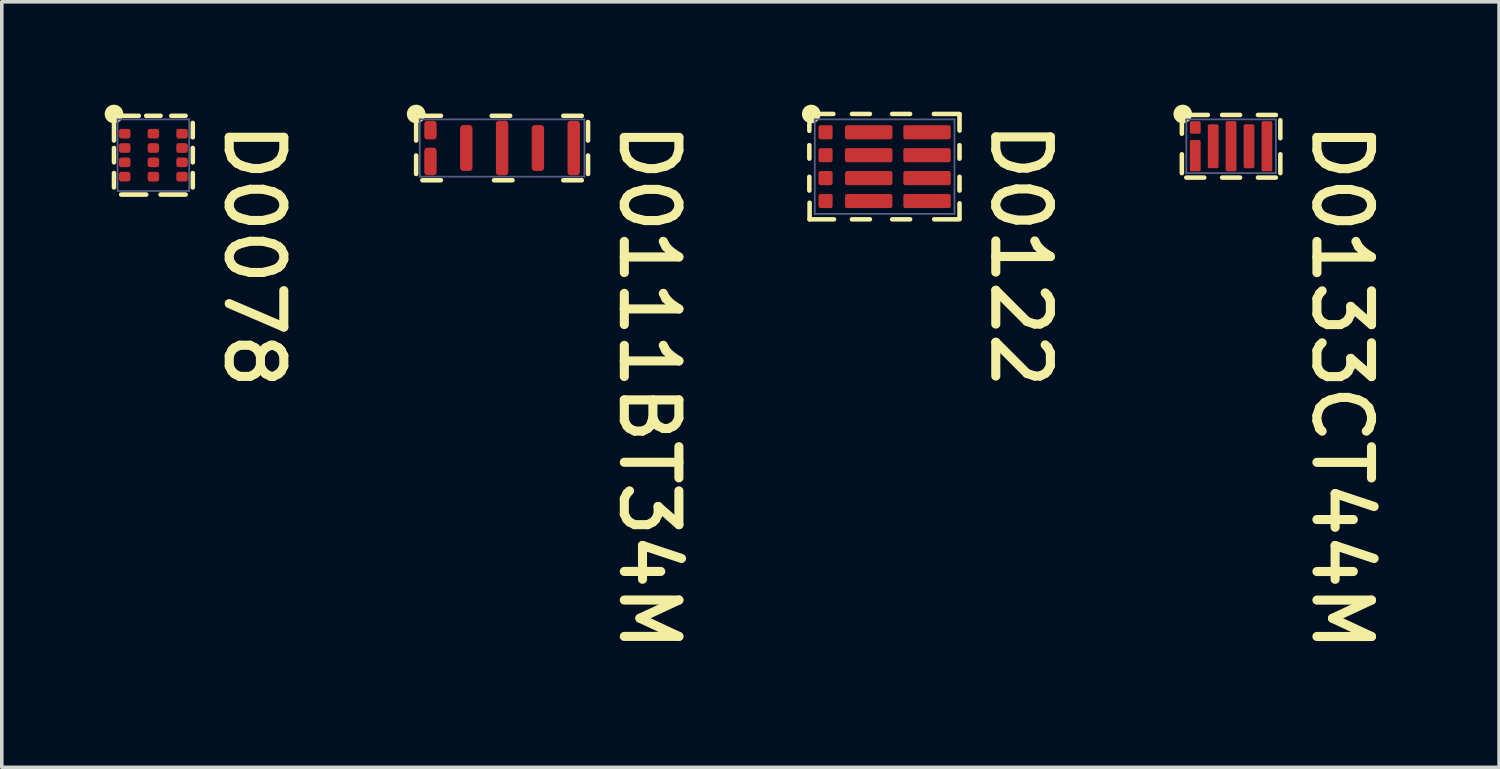
<source format=kicad_pcb>
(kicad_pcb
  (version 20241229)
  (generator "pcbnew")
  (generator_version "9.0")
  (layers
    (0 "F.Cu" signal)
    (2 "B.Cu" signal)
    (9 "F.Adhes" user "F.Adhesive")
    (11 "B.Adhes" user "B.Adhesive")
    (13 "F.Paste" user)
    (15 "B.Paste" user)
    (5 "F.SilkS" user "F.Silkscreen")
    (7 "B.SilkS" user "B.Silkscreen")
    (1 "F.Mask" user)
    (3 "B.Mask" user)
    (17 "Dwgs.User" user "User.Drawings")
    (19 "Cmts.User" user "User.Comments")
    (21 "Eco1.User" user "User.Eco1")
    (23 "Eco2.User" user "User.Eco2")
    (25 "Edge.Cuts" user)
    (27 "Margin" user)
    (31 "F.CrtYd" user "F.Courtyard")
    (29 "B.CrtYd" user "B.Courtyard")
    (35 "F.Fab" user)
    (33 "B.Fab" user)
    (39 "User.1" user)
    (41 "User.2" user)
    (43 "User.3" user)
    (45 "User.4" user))
  (footprint "D0111BT34M"
    (layer "F.Cu")
    (at 10.97 1.083)
    (property "Reference" "D0111BT34M" (at 3.213 -0.826 270) (unlocked yes) (layer "F.SilkS") (effects (font (size 1.524 1.524) (thickness 0.254)) (justify left bottom)))
    (attr smd)
    (fp_poly (pts (xy -1.931 -0.344) (xy -1.931 -0.656) (xy -2.069 -0.656) (xy -2.069 -0.344)) (stroke (width 0.138) (type solid)) (fill yes) (layer "F.Mask"))
    (fp_poly (pts (xy -1.931 0.656) (xy -1.931 0.094) (xy -2.069 0.094) (xy -2.069 0.656)) (stroke (width 0.138) (type solid)) (fill yes) (layer "F.Mask"))
    (fp_poly (pts (xy -0.931 0.536) (xy -0.931 -0.536) (xy -1.069 -0.536) (xy -1.069 0.536)) (stroke (width 0.138) (type solid)) (fill yes) (layer "F.Mask"))
    (fp_poly (pts (xy 0.069 0.656) (xy 0.069 -0.656) (xy -0.069 -0.656) (xy -0.069 0.656)) (stroke (width 0.138) (type solid)) (fill yes) (layer "F.Mask"))
    (fp_poly (pts (xy 1.069 0.536) (xy 1.069 -0.536) (xy 0.931 -0.536) (xy 0.931 0.536)) (stroke (width 0.138) (type solid)) (fill yes) (layer "F.Mask"))
    (fp_poly (pts (xy 2.069 0.656) (xy 2.069 -0.656) (xy 1.931 -0.656) (xy 1.931 0.656)) (stroke (width 0.138) (type solid)) (fill yes) (layer "F.Mask"))
    (fp_line (start -2.4 -0.675) (end -2.4 -0.21) (stroke (width 0.127) (type solid)) (layer "F.SilkS"))
    (fp_line (start -2.4 0.21) (end -2.4 0.725) (stroke (width 0.127) (type solid)) (layer "F.SilkS"))
    (fp_line (start -2.225 0.9) (end -1.71 0.9) (stroke (width 0.127) (type solid)) (layer "F.SilkS"))
    (fp_line (start -2.149 -0.9) (end -1.708 -0.9) (stroke (width 0.127) (type solid)) (layer "F.SilkS"))
    (fp_line (start -0.29 -0.9) (end 0.225 -0.9) (stroke (width 0.127) (type solid)) (layer "F.SilkS"))
    (fp_line (start -0.225 0.9) (end 0.29 0.9) (stroke (width 0.127) (type solid)) (layer "F.SilkS"))
    (fp_line (start 1.71 -0.9) (end 2.225 -0.9) (stroke (width 0.127) (type solid)) (layer "F.SilkS"))
    (fp_line (start 1.71 0.9) (end 2.225 0.9) (stroke (width 0.127) (type solid)) (layer "F.SilkS"))
    (fp_line (start 2.4 -0.725) (end 2.4 -0.21) (stroke (width 0.127) (type solid)) (layer "F.SilkS"))
    (fp_line (start 2.4 0.21) (end 2.4 0.725) (stroke (width 0.127) (type solid)) (layer "F.SilkS"))
    (fp_circle (center -2.4 -0.95) (end -2.394 -0.95) (stroke (width 0.254) (type solid)) (fill no) (layer "F.SilkS"))
    (fp_poly (pts (xy -1.931 -0.344) (xy -1.931 -0.656) (xy -2.069 -0.656) (xy -2.069 -0.344)) (stroke (width 0.138) (type solid)) (fill yes) (layer "F.Paste"))
    (fp_poly (pts (xy -1.931 0.656) (xy -1.931 0.094) (xy -2.069 0.094) (xy -2.069 0.656)) (stroke (width 0.138) (type solid)) (fill yes) (layer "F.Paste"))
    (fp_poly (pts (xy -0.931 0.536) (xy -0.931 -0.536) (xy -1.069 -0.536) (xy -1.069 0.536)) (stroke (width 0.138) (type solid)) (fill yes) (layer "F.Paste"))
    (fp_poly (pts (xy 0.069 0.656) (xy 0.069 -0.656) (xy -0.069 -0.656) (xy -0.069 0.656)) (stroke (width 0.138) (type solid)) (fill yes) (layer "F.Paste"))
    (fp_poly (pts (xy 1.069 0.536) (xy 1.069 -0.536) (xy 0.931 -0.536) (xy 0.931 0.536)) (stroke (width 0.138) (type solid)) (fill yes) (layer "F.Paste"))
    (fp_poly (pts (xy 2.069 0.656) (xy 2.069 -0.656) (xy 1.931 -0.656) (xy 1.931 0.656)) (stroke (width 0.138) (type solid)) (fill yes) (layer "F.Paste"))
    (fp_line (start -2.3 -0.8) (end -2.3 0.8) (stroke (width 0.05) (type solid)) (layer "B.Fab"))
    (fp_line (start -2.3 -0.8) (end 2.3 -0.8) (stroke (width 0.05) (type solid)) (layer "B.Fab"))
    (fp_line (start -2.3 0.8) (end 2.3 0.8) (stroke (width 0.05) (type solid)) (layer "B.Fab"))
    (fp_line (start 2.3 -0.8) (end 2.3 0.8) (stroke (width 0.05) (type solid)) (layer "B.Fab"))
    (pad "1" smd roundrect (at -2 -0.5) (size 0.346 0.521) (layers "F.Cu" "F.Mask" "F.Paste") (roundrect_rratio 0.25))
    (pad "2" smd roundrect (at -2 0.375) (size 0.346 0.771) (layers "F.Cu" "F.Mask" "F.Paste") (roundrect_rratio 0.25))
    (pad "3" smd roundrect (at -1 0) (size 0.346 1.281) (layers "F.Cu" "F.Mask" "F.Paste") (roundrect_rratio 0.25))
    (pad "4" smd roundrect (at 0 0) (size 0.346 1.521) (layers "F.Cu" "F.Mask" "F.Paste") (roundrect_rratio 0.25))
    (pad "5" smd roundrect (at 1 0) (size 0.346 1.281) (layers "F.Cu" "F.Mask" "F.Paste") (roundrect_rratio 0.25))
    (pad "6" smd roundrect (at 2 0) (size 0.346 1.521) (layers "F.Cu" "F.Mask" "F.Paste") (roundrect_rratio 0.25)))
  (footprint "D0133CT44M"
    (layer "F.Cu")
    (at 31.326 1.034)
    (property "Reference" "D0133CT44M" (at 2.197 -0.775 270) (unlocked yes) (layer "F.SilkS") (effects (font (size 1.524 1.524) (thickness 0.254)) (justify left bottom)))
    (attr smd)
    (fp_poly (pts (xy -0.943 -0.443) (xy -0.943 -0.608) (xy -1.058 -0.608) (xy -1.058 -0.443)) (stroke (width 0.115) (type solid)) (fill yes) (layer "F.Mask"))
    (fp_poly (pts (xy -0.943 0.607) (xy -0.943 -0.083) (xy -1.058 -0.083) (xy -1.058 0.607)) (stroke (width 0.115) (type solid)) (fill yes) (layer "F.Mask"))
    (fp_poly (pts (xy -0.443 0.52) (xy -0.443 -0.52) (xy -0.558 -0.52) (xy -0.558 0.52)) (stroke (width 0.115) (type solid)) (fill yes) (layer "F.Mask"))
    (fp_poly (pts (xy 0.057 0.607) (xy 0.057 -0.608) (xy -0.058 -0.608) (xy -0.058 0.607)) (stroke (width 0.115) (type solid)) (fill yes) (layer "F.Mask"))
    (fp_poly (pts (xy 0.557 0.52) (xy 0.557 -0.52) (xy 0.442 -0.52) (xy 0.442 0.52)) (stroke (width 0.115) (type solid)) (fill yes) (layer "F.Mask"))
    (fp_poly (pts (xy 1.057 0.607) (xy 1.057 -0.608) (xy 0.942 -0.608) (xy 0.942 0.607)) (stroke (width 0.115) (type solid)) (fill yes) (layer "F.Mask"))
    (fp_line (start -1.375 -0.649) (end -1.375 -0.35) (stroke (width 0.127) (type solid)) (layer "F.SilkS"))
    (fp_line (start -1.375 0.225) (end -1.375 0.75) (stroke (width 0.127) (type solid)) (layer "F.SilkS"))
    (fp_line (start -1.25 0.875) (end -0.75 0.875) (stroke (width 0.127) (type solid)) (layer "F.SilkS"))
    (fp_line (start -1.09 -0.875) (end -0.65 -0.875) (stroke (width 0.127) (type solid)) (layer "F.SilkS"))
    (fp_line (start -0.25 -0.875) (end 0.25 -0.875) (stroke (width 0.127) (type solid)) (layer "F.SilkS"))
    (fp_line (start -0.25 0.875) (end 0.25 0.875) (stroke (width 0.127) (type solid)) (layer "F.SilkS"))
    (fp_line (start 0.75 -0.875) (end 1.25 -0.875) (stroke (width 0.127) (type solid)) (layer "F.SilkS"))
    (fp_line (start 0.75 0.875) (end 1.25 0.875) (stroke (width 0.127) (type solid)) (layer "F.SilkS"))
    (fp_line (start 1.375 -0.725) (end 1.375 -0.225) (stroke (width 0.127) (type solid)) (layer "F.SilkS"))
    (fp_line (start 1.375 0.225) (end 1.375 0.75) (stroke (width 0.127) (type solid)) (layer "F.SilkS"))
    (fp_circle (center -1.35 -0.901) (end -1.344 -0.901) (stroke (width 0.254) (type solid)) (fill no) (layer "F.SilkS"))
    (fp_poly (pts (xy -0.943 -0.443) (xy -0.943 -0.608) (xy -1.058 -0.608) (xy -1.058 -0.443)) (stroke (width 0.115) (type solid)) (fill yes) (layer "F.Paste"))
    (fp_poly (pts (xy -0.943 0.606) (xy -0.943 -0.084) (xy -1.058 -0.084) (xy -1.058 0.606)) (stroke (width 0.115) (type solid)) (fill yes) (layer "F.Paste"))
    (fp_poly (pts (xy -0.448 0.524) (xy -0.448 -0.526) (xy -0.553 -0.526) (xy -0.553 0.524)) (stroke (width 0.105) (type solid)) (fill yes) (layer "F.Paste"))
    (fp_poly (pts (xy 0.052 0.612) (xy 0.052 -0.613) (xy -0.053 -0.613) (xy -0.053 0.612)) (stroke (width 0.105) (type solid)) (fill yes) (layer "F.Paste"))
    (fp_poly (pts (xy 0.552 0.524) (xy 0.552 -0.526) (xy 0.447 -0.526) (xy 0.447 0.524)) (stroke (width 0.105) (type solid)) (fill yes) (layer "F.Paste"))
    (fp_poly (pts (xy 1.052 0.612) (xy 1.052 -0.613) (xy 0.947 -0.613) (xy 0.947 0.612)) (stroke (width 0.105) (type solid)) (fill yes) (layer "F.Paste"))
    (fp_line (start -1.25 -0.75) (end -1.25 0.75) (stroke (width 0.05) (type solid)) (layer "B.Fab"))
    (fp_line (start -1.25 -0.75) (end 1.25 -0.75) (stroke (width 0.05) (type solid)) (layer "B.Fab"))
    (fp_line (start -1.25 0.75) (end 1.25 0.75) (stroke (width 0.05) (type solid)) (layer "B.Fab"))
    (fp_line (start 1.25 -0.75) (end 1.25 0.75) (stroke (width 0.05) (type solid)) (layer "B.Fab"))
    (pad "1" smd roundrect (at -1 -0.525) (size 0.301 0.351) (layers "F.Cu" "F.Mask" "F.Paste") (roundrect_rratio 0.15))
    (pad "2" smd roundrect (at -1 0.262) (size 0.301 0.876) (layers "F.Cu" "F.Mask" "F.Paste") (roundrect_rratio 0.15))
    (pad "3" smd roundrect (at -0.5 -0.00041) (size 0.301 1.226) (layers "F.Cu" "F.Mask" "F.Paste") (roundrect_rratio 0.15))
    (pad "4" smd roundrect (at -0.0004 -0.00041) (size 0.301 1.401) (layers "F.Cu" "F.Mask" "F.Paste") (roundrect_rratio 0.15))
    (pad "5" smd roundrect (at 0.5 -0.00041) (size 0.301 1.226) (layers "F.Cu" "F.Mask" "F.Paste") (roundrect_rratio 0.15))
    (pad "6" smd roundrect (at 1 -0.00041) (size 0.301 1.401) (layers "F.Cu" "F.Mask" "F.Paste") (roundrect_rratio 0.15)))
  (footprint "D0122"
    (layer "F.Cu")
    (at 21.419 1.603)
    (property "Reference" "D0122" (at 3.137 -1.359 270) (unlocked yes) (layer "F.SilkS") (effects (font (size 1.524 1.524) (thickness 0.254)) (justify left bottom)))
    (attr smd)
    (fp_poly (pts (xy -1.312 -0.855) (xy -1.312 -1.065) (xy -1.522 -1.065) (xy -1.522 -0.855)) (stroke (width 0.09) (type solid)) (fill yes) (layer "F.Mask"))
    (fp_poly (pts (xy -1.312 -0.215) (xy -1.312 -0.425) (xy -1.522 -0.425) (xy -1.522 -0.215)) (stroke (width 0.09) (type solid)) (fill yes) (layer "F.Mask"))
    (fp_poly (pts (xy -1.312 0.425) (xy -1.312 0.215) (xy -1.522 0.215) (xy -1.522 0.425)) (stroke (width 0.09) (type solid)) (fill yes) (layer "F.Mask"))
    (fp_poly (pts (xy -1.312 1.065) (xy -1.312 0.855) (xy -1.522 0.855) (xy -1.522 1.065)) (stroke (width 0.09) (type solid)) (fill yes) (layer "F.Mask"))
    (fp_poly (pts (xy 0.357 -0.855) (xy 0.357 -1.065) (xy -0.782 -1.065) (xy -0.782 -0.855)) (stroke (width 0.09) (type solid)) (fill yes) (layer "F.Mask"))
    (fp_poly (pts (xy 0.357 -0.215) (xy 0.357 -0.425) (xy -0.782 -0.425) (xy -0.782 -0.215)) (stroke (width 0.09) (type solid)) (fill yes) (layer "F.Mask"))
    (fp_poly (pts (xy 0.357 0.425) (xy 0.357 0.215) (xy -0.782 0.215) (xy -0.782 0.425)) (stroke (width 0.09) (type solid)) (fill yes) (layer "F.Mask"))
    (fp_poly (pts (xy 0.357 1.065) (xy 0.357 0.855) (xy -0.782 0.855) (xy -0.782 1.065)) (stroke (width 0.09) (type solid)) (fill yes) (layer "F.Mask"))
    (fp_poly (pts (xy 1.988 -0.855) (xy 1.988 -1.065) (xy 0.848 -1.065) (xy 0.848 -0.855)) (stroke (width 0.09) (type solid)) (fill yes) (layer "F.Mask"))
    (fp_poly (pts (xy 1.988 -0.215) (xy 1.988 -0.425) (xy 0.848 -0.425) (xy 0.848 -0.215)) (stroke (width 0.09) (type solid)) (fill yes) (layer "F.Mask"))
    (fp_poly (pts (xy 1.988 0.425) (xy 1.988 0.215) (xy 0.848 0.215) (xy 0.848 0.425)) (stroke (width 0.09) (type solid)) (fill yes) (layer "F.Mask"))
    (fp_poly (pts (xy 1.988 1.065) (xy 1.988 0.855) (xy 0.848 0.855) (xy 0.848 1.065)) (stroke (width 0.09) (type solid)) (fill yes) (layer "F.Mask"))
    (fp_line (start -1.87 -0.599) (end -1.87 -0.224) (stroke (width 0.127) (type solid)) (layer "F.SilkS"))
    (fp_line (start -1.87 -1.195) (end -1.87 -1) (stroke (width 0.127) (type solid)) (layer "F.SilkS"))
    (fp_line (start -1.87 0.284) (end -1.87 0.668) (stroke (width 0.127) (type solid)) (layer "F.SilkS"))
    (fp_line (start -1.863 1.008) (end -1.863 1.471) (stroke (width 0.127) (type solid)) (layer "F.SilkS"))
    (fp_line (start -1.863 1.471) (end -1.181 1.471) (stroke (width 0.127) (type solid)) (layer "F.SilkS"))
    (fp_line (start -1.566 -1.471) (end -1.2 -1.471) (stroke (width 0.127) (type solid)) (layer "F.SilkS"))
    (fp_line (start -0.679 -1.471) (end -0.179 -1.471) (stroke (width 0.127) (type solid)) (layer "F.SilkS"))
    (fp_line (start -0.679 1.471) (end -0.179 1.471) (stroke (width 0.127) (type solid)) (layer "F.SilkS"))
    (fp_line (start 0.443 -1.471) (end 0.943 -1.471) (stroke (width 0.127) (type solid)) (layer "F.SilkS"))
    (fp_line (start 0.444 1.471) (end 0.944 1.471) (stroke (width 0.127) (type solid)) (layer "F.SilkS"))
    (fp_line (start 1.608 -1.471) (end 2.324 -1.471) (stroke (width 0.127) (type solid)) (layer "F.SilkS"))
    (fp_line (start 1.618 1.471) (end 2.324 1.471) (stroke (width 0.127) (type solid)) (layer "F.SilkS"))
    (fp_line (start 2.324 -1.451) (end 2.324 -1.008) (stroke (width 0.127) (type solid)) (layer "F.SilkS"))
    (fp_line (start 2.324 -0.598) (end 2.324 -0.223) (stroke (width 0.127) (type solid)) (layer "F.SilkS"))
    (fp_line (start 2.324 0.284) (end 2.324 0.668) (stroke (width 0.127) (type solid)) (layer "F.SilkS"))
    (fp_line (start 2.324 1.026) (end 2.324 1.451) (stroke (width 0.127) (type solid)) (layer "F.SilkS"))
    (fp_circle (center -1.817 -1.47) (end -1.811 -1.47) (stroke (width 0.254) (type solid)) (fill no) (layer "F.SilkS"))
    (fp_poly (pts (xy -1.312 -0.855) (xy -1.312 -1.065) (xy -1.522 -1.065) (xy -1.522 -0.855)) (stroke (width 0.09) (type solid)) (fill yes) (layer "F.Paste"))
    (fp_poly (pts (xy -1.312 -0.215) (xy -1.312 -0.425) (xy -1.522 -0.425) (xy -1.522 -0.215)) (stroke (width 0.09) (type solid)) (fill yes) (layer "F.Paste"))
    (fp_poly (pts (xy -1.312 0.425) (xy -1.312 0.215) (xy -1.522 0.215) (xy -1.522 0.425)) (stroke (width 0.09) (type solid)) (fill yes) (layer "F.Paste"))
    (fp_poly (pts (xy -1.312 1.065) (xy -1.312 0.855) (xy -1.522 0.855) (xy -1.522 1.065)) (stroke (width 0.09) (type solid)) (fill yes) (layer "F.Paste"))
    (fp_poly (pts (xy 0.357 -0.855) (xy 0.357 -1.065) (xy -0.782 -1.065) (xy -0.782 -0.855)) (stroke (width 0.09) (type solid)) (fill yes) (layer "F.Paste"))
    (fp_poly (pts (xy 0.357 -0.215) (xy 0.357 -0.425) (xy -0.782 -0.425) (xy -0.782 -0.215)) (stroke (width 0.09) (type solid)) (fill yes) (layer "F.Paste"))
    (fp_poly (pts (xy 0.357 0.425) (xy 0.357 0.215) (xy -0.782 0.215) (xy -0.782 0.425)) (stroke (width 0.09) (type solid)) (fill yes) (layer "F.Paste"))
    (fp_poly (pts (xy 0.357 1.065) (xy 0.357 0.855) (xy -0.782 0.855) (xy -0.782 1.065)) (stroke (width 0.09) (type solid)) (fill yes) (layer "F.Paste"))
    (fp_poly (pts (xy 1.988 -0.855) (xy 1.988 -1.065) (xy 0.848 -1.065) (xy 0.848 -0.855)) (stroke (width 0.09) (type solid)) (fill yes) (layer "F.Paste"))
    (fp_poly (pts (xy 1.988 -0.215) (xy 1.988 -0.425) (xy 0.848 -0.425) (xy 0.848 -0.215)) (stroke (width 0.09) (type solid)) (fill yes) (layer "F.Paste"))
    (fp_poly (pts (xy 1.988 0.425) (xy 1.988 0.215) (xy 0.848 0.215) (xy 0.848 0.425)) (stroke (width 0.09) (type solid)) (fill yes) (layer "F.Paste"))
    (fp_poly (pts (xy 1.988 1.065) (xy 1.988 0.855) (xy 0.848 0.855) (xy 0.848 1.065)) (stroke (width 0.09) (type solid)) (fill yes) (layer "F.Paste"))
    (fp_line (start -1.718 -1.32) (end -1.718 1.32) (stroke (width 0.05) (type solid)) (layer "B.Fab"))
    (fp_line (start -1.718 -1.32) (end 2.183 -1.32) (stroke (width 0.05) (type solid)) (layer "B.Fab"))
    (fp_line (start -1.718 1.32) (end 2.183 1.32) (stroke (width 0.05) (type solid)) (layer "B.Fab"))
    (fp_line (start 2.183 -1.32) (end 2.183 1.32) (stroke (width 0.05) (type solid)) (layer "B.Fab"))
    (pad "1" smd roundrect (at -1.417 -0.96) (size 0.395 0.395) (layers "F.Cu" "F.Mask" "F.Paste") (roundrect_rratio 0.15))
    (pad "2" smd roundrect (at -1.417 -0.32) (size 0.395 0.395) (layers "F.Cu" "F.Mask" "F.Paste") (roundrect_rratio 0.15))
    (pad "3" smd roundrect (at -1.417 0.32) (size 0.395 0.395) (layers "F.Cu" "F.Mask" "F.Paste") (roundrect_rratio 0.15))
    (pad "4" smd roundrect (at -1.417 0.96) (size 0.395 0.395) (layers "F.Cu" "F.Mask" "F.Paste") (roundrect_rratio 0.15))
    (pad "5" smd roundrect (at -0.212 -0.96 180) (size 1.325 0.395) (layers "F.Cu" "F.Mask" "F.Paste") (roundrect_rratio 0.15))
    (pad "6" smd roundrect (at -0.212 -0.32 180) (size 1.325 0.395) (layers "F.Cu" "F.Mask" "F.Paste") (roundrect_rratio 0.15))
    (pad "7" smd roundrect (at -0.212 0.32 180) (size 1.325 0.395) (layers "F.Cu" "F.Mask" "F.Paste") (roundrect_rratio 0.15))
    (pad "8" smd roundrect (at -0.212 0.96 180) (size 1.325 0.395) (layers "F.Cu" "F.Mask" "F.Paste") (roundrect_rratio 0.15))
    (pad "9" smd roundrect (at 1.417 -0.96 180) (size 1.325 0.395) (layers "F.Cu" "F.Mask" "F.Paste") (roundrect_rratio 0.15))
    (pad "10" smd roundrect (at 1.417 -0.32 180) (size 1.325 0.395) (layers "F.Cu" "F.Mask" "F.Paste") (roundrect_rratio 0.15))
    (pad "11" smd roundrect (at 1.417 0.32 180) (size 1.325 0.395) (layers "F.Cu" "F.Mask" "F.Paste") (roundrect_rratio 0.15))
    (pad "12" smd roundrect (at 1.417 0.96 180) (size 1.325 0.395) (layers "F.Cu" "F.Mask" "F.Paste") (roundrect_rratio 0.15)))
  (footprint "D0078"
    (layer "F.Cu")
    (at 1.233 1.283)
    (property "Reference" "D0078" (at 1.918 -1.029 270) (unlocked yes) (layer "F.SilkS") (effects (font (size 1.524 1.524) (thickness 0.254)) (justify left bottom)))
    (attr smd)
    (fp_circle (center -0.8 -0.6) (end -0.75 -0.6) (stroke (width 0.1) (type solid)) (fill yes) (layer "F.Mask"))
    (fp_circle (center -0.8 -0.2) (end -0.75 -0.2) (stroke (width 0.1) (type solid)) (fill yes) (layer "F.Mask"))
    (fp_circle (center -0.8 0.2) (end -0.75 0.2) (stroke (width 0.1) (type solid)) (fill yes) (layer "F.Mask"))
    (fp_circle (center -0.8 0.6) (end -0.75 0.6) (stroke (width 0.1) (type solid)) (fill yes) (layer "F.Mask"))
    (fp_circle (center 0 -0.6) (end 0.05 -0.6) (stroke (width 0.1) (type solid)) (fill yes) (layer "F.Mask"))
    (fp_circle (center 0 -0.2) (end 0.05 -0.2) (stroke (width 0.1) (type solid)) (fill yes) (layer "F.Mask"))
    (fp_circle (center 0 0.2) (end 0.05 0.2) (stroke (width 0.1) (type solid)) (fill yes) (layer "F.Mask"))
    (fp_circle (center 0 0.6) (end 0.05 0.6) (stroke (width 0.1) (type solid)) (fill yes) (layer "F.Mask"))
    (fp_circle (center 0.8 -0.6) (end 0.85 -0.6) (stroke (width 0.1) (type solid)) (fill yes) (layer "F.Mask"))
    (fp_circle (center 0.8 -0.2) (end 0.85 -0.2) (stroke (width 0.1) (type solid)) (fill yes) (layer "F.Mask"))
    (fp_circle (center 0.8 0.2) (end 0.85 0.2) (stroke (width 0.1) (type solid)) (fill yes) (layer "F.Mask"))
    (fp_circle (center 0.8 0.6) (end 0.85 0.6) (stroke (width 0.1) (type solid)) (fill yes) (layer "F.Mask"))
    (fp_line (start -1.1 -0.875) (end -1.1 -0.41) (stroke (width 0.127) (type solid)) (layer "F.SilkS"))
    (fp_line (start -1.1 -0.2) (end -1.1 0.2) (stroke (width 0.127) (type solid)) (layer "F.SilkS"))
    (fp_line (start -1.1 0.5) (end -1.1 0.9) (stroke (width 0.127) (type solid)) (layer "F.SilkS"))
    (fp_line (start -0.9 1.1) (end -0.2 1.1) (stroke (width 0.127) (type solid)) (layer "F.SilkS"))
    (fp_line (start -0.849 -1.1) (end -0.408 -1.1) (stroke (width 0.127) (type solid)) (layer "F.SilkS"))
    (fp_line (start -0.2 -1.1) (end 0.2 -1.1) (stroke (width 0.127) (type solid)) (layer "F.SilkS"))
    (fp_line (start 0.2 1.1) (end 0.9 1.1) (stroke (width 0.127) (type solid)) (layer "F.SilkS"))
    (fp_line (start 0.5 -1.1) (end 0.9 -1.1) (stroke (width 0.127) (type solid)) (layer "F.SilkS"))
    (fp_line (start 1.1 -0.9) (end 1.1 -0.5) (stroke (width 0.127) (type solid)) (layer "F.SilkS"))
    (fp_line (start 1.1 -0.2) (end 1.1 0.2) (stroke (width 0.127) (type solid)) (layer "F.SilkS"))
    (fp_line (start 1.1 0.5) (end 1.1 0.9) (stroke (width 0.127) (type solid)) (layer "F.SilkS"))
    (fp_circle (center -1.1 -1.15) (end -1.094 -1.15) (stroke (width 0.254) (type solid)) (fill no) (layer "F.SilkS"))
    (fp_line (start -1 -1) (end -1 1) (stroke (width 0.05) (type solid)) (layer "B.Fab"))
    (fp_line (start -1 -1) (end 1 -1) (stroke (width 0.05) (type solid)) (layer "B.Fab"))
    (fp_line (start -1 1) (end 1 1) (stroke (width 0.05) (type solid)) (layer "B.Fab"))
    (fp_line (start 1 -1) (end 1 1) (stroke (width 0.05) (type solid)) (layer "B.Fab"))
    (pad "1" smd roundrect (at -0.8 -0.6 270) (size 0.271 0.321) (layers "F.Cu" "F.Paste") (roundrect_rratio 0.25))
    (pad "2" smd roundrect (at -0.8 -0.2 270) (size 0.271 0.321) (layers "F.Cu" "F.Paste") (roundrect_rratio 0.25))
    (pad "3" smd roundrect (at -0.8 0.2 270) (size 0.271 0.321) (layers "F.Cu" "F.Paste") (roundrect_rratio 0.25))
    (pad "4" smd roundrect (at -0.8 0.6 270) (size 0.271 0.321) (layers "F.Cu" "F.Paste") (roundrect_rratio 0.25))
    (pad "5" smd roundrect (at 0 -0.6 270) (size 0.271 0.321) (layers "F.Cu" "F.Paste") (roundrect_rratio 0.25))
    (pad "6" smd roundrect (at 0 -0.2 270) (size 0.271 0.321) (layers "F.Cu" "F.Paste") (roundrect_rratio 0.25))
    (pad "7" smd roundrect (at 0 0.2 270) (size 0.271 0.321) (layers "F.Cu" "F.Paste") (roundrect_rratio 0.25))
    (pad "8" smd roundrect (at 0 0.6 270) (size 0.271 0.321) (layers "F.Cu" "F.Paste") (roundrect_rratio 0.25))
    (pad "9" smd roundrect (at 0.8 -0.6 270) (size 0.271 0.321) (layers "F.Cu" "F.Paste") (roundrect_rratio 0.25))
    (pad "10" smd roundrect (at 0.8 -0.2 270) (size 0.271 0.321) (layers "F.Cu" "F.Paste") (roundrect_rratio 0.25))
    (pad "11" smd roundrect (at 0.8 0.2 270) (size 0.271 0.321) (layers "F.Cu" "F.Paste") (roundrect_rratio 0.25))
    (pad "12" smd roundrect (at 0.8 0.6 270) (size 0.271 0.321) (layers "F.Cu" "F.Paste") (roundrect_rratio 0.25)))
  (gr_rect
    (start -3 -3)
    (end 38.809 18.376)
    (stroke (width 0.1) (type default))
    (fill no)
    (layer "Edge.Cuts")))
</source>
